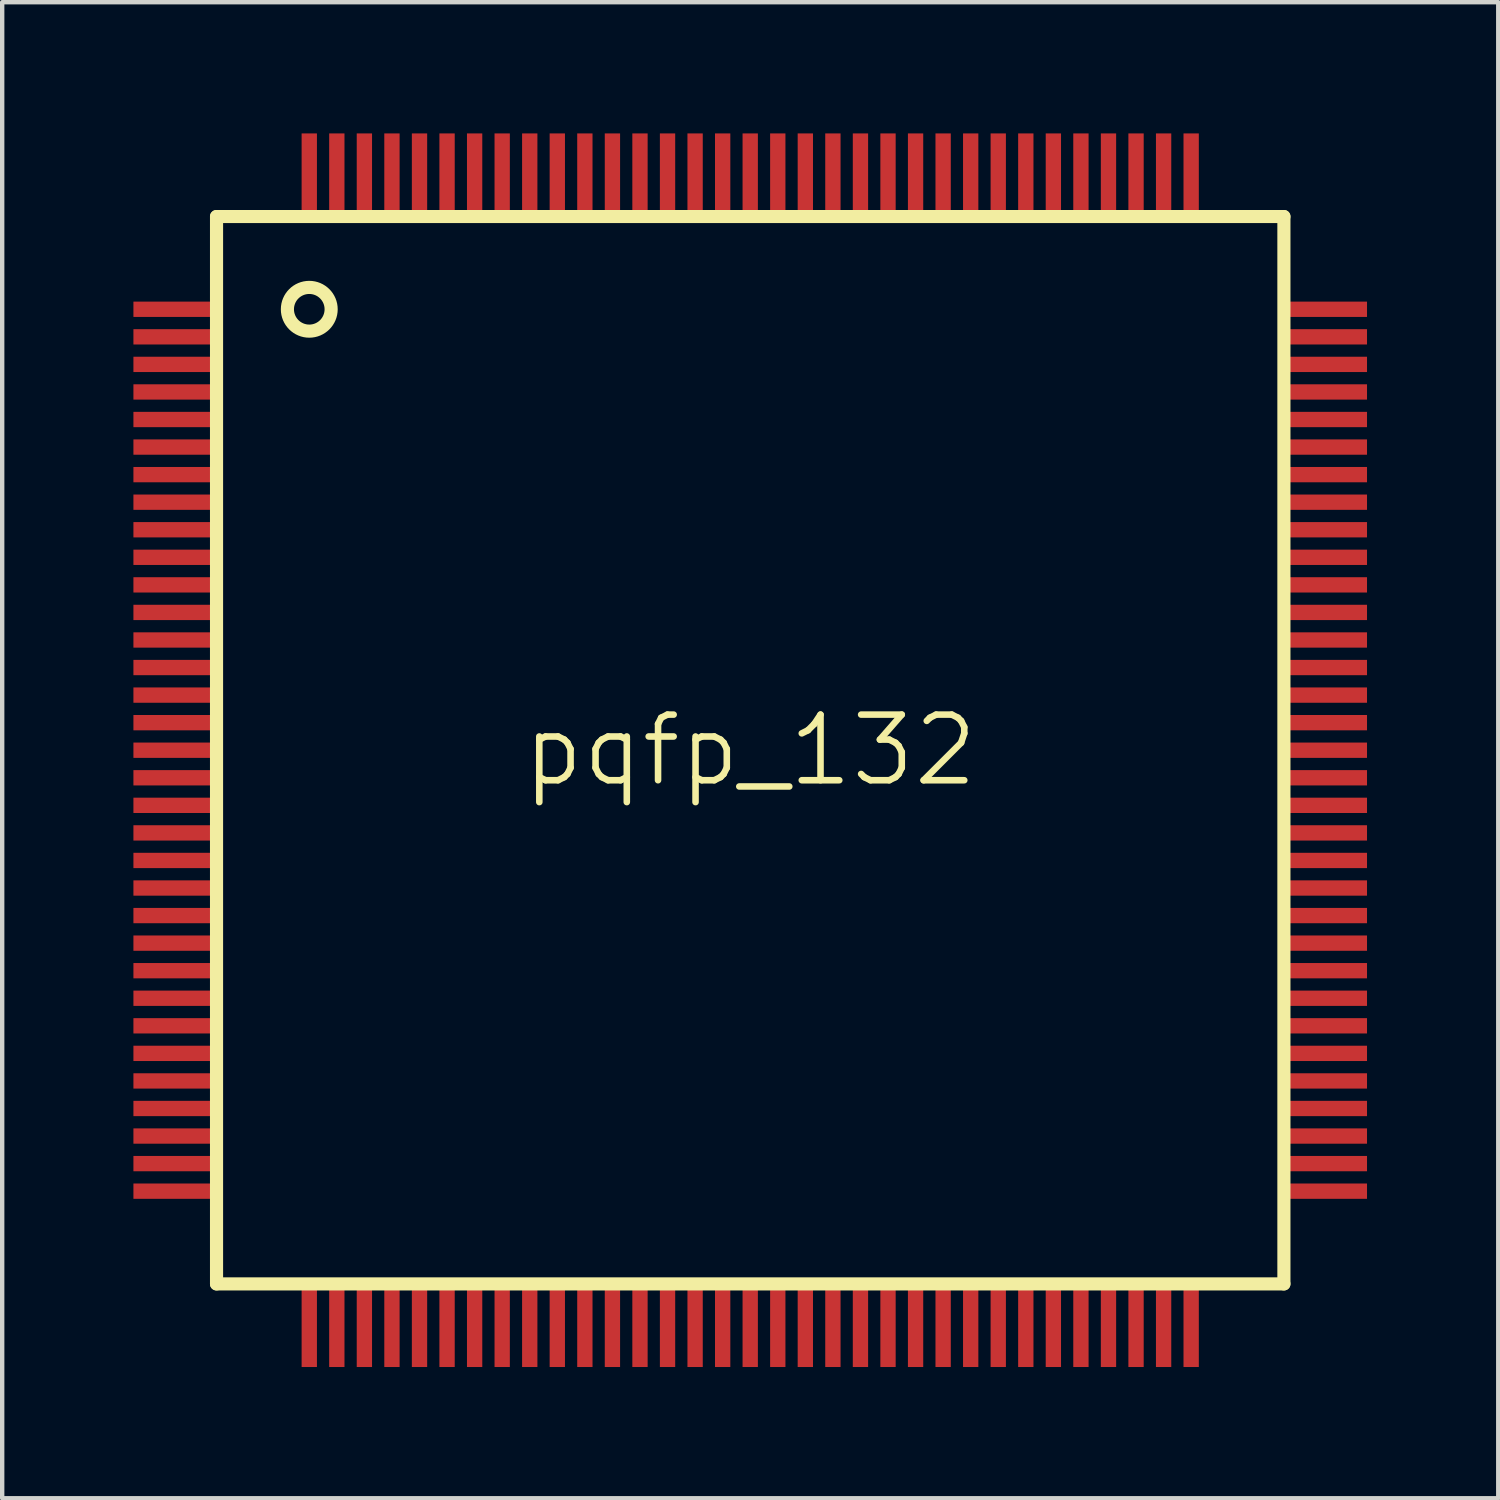
<source format=kicad_pcb>
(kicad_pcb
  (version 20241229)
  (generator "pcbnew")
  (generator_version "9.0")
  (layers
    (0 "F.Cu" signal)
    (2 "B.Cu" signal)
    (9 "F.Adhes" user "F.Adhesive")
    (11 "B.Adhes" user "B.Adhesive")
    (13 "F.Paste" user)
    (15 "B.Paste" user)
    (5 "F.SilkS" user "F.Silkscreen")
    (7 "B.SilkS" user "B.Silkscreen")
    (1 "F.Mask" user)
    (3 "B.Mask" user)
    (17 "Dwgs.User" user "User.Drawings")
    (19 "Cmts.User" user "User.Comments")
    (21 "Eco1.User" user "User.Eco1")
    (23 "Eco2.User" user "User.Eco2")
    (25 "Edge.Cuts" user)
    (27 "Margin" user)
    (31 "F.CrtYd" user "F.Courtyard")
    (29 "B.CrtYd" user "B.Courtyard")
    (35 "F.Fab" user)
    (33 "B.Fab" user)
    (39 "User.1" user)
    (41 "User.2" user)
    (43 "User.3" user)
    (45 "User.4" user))
  (footprint "pqfp_132"
    (layer "F.Cu")
    (at 14.1 14.1)
    (property "Reference" "pqfp_132" (at 0 0 0) (layer "F.SilkS") (effects (font (size 1.5 1.5) (thickness 0.15))))
    (attr through_hole)
    (fp_line (start -12.2 -12.2) (end 12.2 -12.2) (stroke (width 0.3) (type solid)) (layer "F.SilkS"))
    (fp_line (start -12.2 12.2) (end -12.2 -12.2) (stroke (width 0.3) (type solid)) (layer "F.SilkS"))
    (fp_line (start 12.2 -12.2) (end 12.2 12.2) (stroke (width 0.3) (type solid)) (layer "F.SilkS"))
    (fp_line (start 12.2 12.2) (end -12.2 12.2) (stroke (width 0.3) (type solid)) (layer "F.SilkS"))
    (fp_circle (center -10.08 -10.08) (end -9.58 -10.08) (stroke (width 0.3) (type solid)) (fill no) (layer "F.SilkS"))
    (pad "1" smd rect (at -13.2 -10.08 90) (size 0.35 1.8) (layers "F.Cu" "F.Mask" "F.Paste"))
    (pad "2" smd rect (at -13.2 -9.45 90) (size 0.35 1.8) (layers "F.Cu" "F.Mask" "F.Paste"))
    (pad "3" smd rect (at -13.2 -8.82 90) (size 0.35 1.8) (layers "F.Cu" "F.Mask" "F.Paste"))
    (pad "4" smd rect (at -13.2 -8.19 90) (size 0.35 1.8) (layers "F.Cu" "F.Mask" "F.Paste"))
    (pad "5" smd rect (at -13.2 -7.56 90) (size 0.35 1.8) (layers "F.Cu" "F.Mask" "F.Paste"))
    (pad "6" smd rect (at -13.2 -6.93 90) (size 0.35 1.8) (layers "F.Cu" "F.Mask" "F.Paste"))
    (pad "7" smd rect (at -13.2 -6.3 90) (size 0.35 1.8) (layers "F.Cu" "F.Mask" "F.Paste"))
    (pad "8" smd rect (at -13.2 -5.67 90) (size 0.35 1.8) (layers "F.Cu" "F.Mask" "F.Paste"))
    (pad "9" smd rect (at -13.2 -5.04 90) (size 0.35 1.8) (layers "F.Cu" "F.Mask" "F.Paste"))
    (pad "10" smd rect (at -13.2 -4.41 90) (size 0.35 1.8) (layers "F.Cu" "F.Mask" "F.Paste"))
    (pad "11" smd rect (at -13.2 -3.78 90) (size 0.35 1.8) (layers "F.Cu" "F.Mask" "F.Paste"))
    (pad "12" smd rect (at -13.2 -3.15 90) (size 0.35 1.8) (layers "F.Cu" "F.Mask" "F.Paste"))
    (pad "13" smd rect (at -13.2 -2.52 90) (size 0.35 1.8) (layers "F.Cu" "F.Mask" "F.Paste"))
    (pad "14" smd rect (at -13.2 -1.89 90) (size 0.35 1.8) (layers "F.Cu" "F.Mask" "F.Paste"))
    (pad "15" smd rect (at -13.2 -1.26 90) (size 0.35 1.8) (layers "F.Cu" "F.Mask" "F.Paste"))
    (pad "16" smd rect (at -13.2 -0.63 90) (size 0.35 1.8) (layers "F.Cu" "F.Mask" "F.Paste"))
    (pad "17" smd rect (at -13.2 0 90) (size 0.35 1.8) (layers "F.Cu" "F.Mask" "F.Paste"))
    (pad "18" smd rect (at -13.2 0.63 90) (size 0.35 1.8) (layers "F.Cu" "F.Mask" "F.Paste"))
    (pad "19" smd rect (at -13.2 1.26 90) (size 0.35 1.8) (layers "F.Cu" "F.Mask" "F.Paste"))
    (pad "20" smd rect (at -13.2 1.89 90) (size 0.35 1.8) (layers "F.Cu" "F.Mask" "F.Paste"))
    (pad "21" smd rect (at -13.2 2.52 90) (size 0.35 1.8) (layers "F.Cu" "F.Mask" "F.Paste"))
    (pad "22" smd rect (at -13.2 3.15 90) (size 0.35 1.8) (layers "F.Cu" "F.Mask" "F.Paste"))
    (pad "23" smd rect (at -13.2 3.78 90) (size 0.35 1.8) (layers "F.Cu" "F.Mask" "F.Paste"))
    (pad "24" smd rect (at -13.2 4.41 90) (size 0.35 1.8) (layers "F.Cu" "F.Mask" "F.Paste"))
    (pad "25" smd rect (at -13.2 5.04 90) (size 0.35 1.8) (layers "F.Cu" "F.Mask" "F.Paste"))
    (pad "26" smd rect (at -13.2 5.67 90) (size 0.35 1.8) (layers "F.Cu" "F.Mask" "F.Paste"))
    (pad "27" smd rect (at -13.2 6.3 90) (size 0.35 1.8) (layers "F.Cu" "F.Mask" "F.Paste"))
    (pad "28" smd rect (at -13.2 6.93 90) (size 0.35 1.8) (layers "F.Cu" "F.Mask" "F.Paste"))
    (pad "29" smd rect (at -13.2 7.56 90) (size 0.35 1.8) (layers "F.Cu" "F.Mask" "F.Paste"))
    (pad "30" smd rect (at -13.2 8.19 90) (size 0.35 1.8) (layers "F.Cu" "F.Mask" "F.Paste"))
    (pad "31" smd rect (at -13.2 8.82 90) (size 0.35 1.8) (layers "F.Cu" "F.Mask" "F.Paste"))
    (pad "32" smd rect (at -13.2 9.45 90) (size 0.35 1.8) (layers "F.Cu" "F.Mask" "F.Paste"))
    (pad "33" smd rect (at -13.2 10.08 90) (size 0.35 1.8) (layers "F.Cu" "F.Mask" "F.Paste"))
    (pad "34" smd rect (at -10.08 13.2) (size 0.35 1.8) (layers "F.Cu" "F.Mask" "F.Paste"))
    (pad "35" smd rect (at -9.45 13.2) (size 0.35 1.8) (layers "F.Cu" "F.Mask" "F.Paste"))
    (pad "36" smd rect (at -8.82 13.2) (size 0.35 1.8) (layers "F.Cu" "F.Mask" "F.Paste"))
    (pad "37" smd rect (at -8.19 13.2) (size 0.35 1.8) (layers "F.Cu" "F.Mask" "F.Paste"))
    (pad "38" smd rect (at -7.56 13.2) (size 0.35 1.8) (layers "F.Cu" "F.Mask" "F.Paste"))
    (pad "39" smd rect (at -6.93 13.2) (size 0.35 1.8) (layers "F.Cu" "F.Mask" "F.Paste"))
    (pad "40" smd rect (at -6.3 13.2) (size 0.35 1.8) (layers "F.Cu" "F.Mask" "F.Paste"))
    (pad "41" smd rect (at -5.67 13.2) (size 0.35 1.8) (layers "F.Cu" "F.Mask" "F.Paste"))
    (pad "42" smd rect (at -5.04 13.2) (size 0.35 1.8) (layers "F.Cu" "F.Mask" "F.Paste"))
    (pad "43" smd rect (at -4.41 13.2) (size 0.35 1.8) (layers "F.Cu" "F.Mask" "F.Paste"))
    (pad "44" smd rect (at -3.78 13.2) (size 0.35 1.8) (layers "F.Cu" "F.Mask" "F.Paste"))
    (pad "45" smd rect (at -3.15 13.2) (size 0.35 1.8) (layers "F.Cu" "F.Mask" "F.Paste"))
    (pad "46" smd rect (at -2.52 13.2) (size 0.35 1.8) (layers "F.Cu" "F.Mask" "F.Paste"))
    (pad "47" smd rect (at -1.89 13.2) (size 0.35 1.8) (layers "F.Cu" "F.Mask" "F.Paste"))
    (pad "48" smd rect (at -1.26 13.2) (size 0.35 1.8) (layers "F.Cu" "F.Mask" "F.Paste"))
    (pad "49" smd rect (at -0.63 13.2) (size 0.35 1.8) (layers "F.Cu" "F.Mask" "F.Paste"))
    (pad "50" smd rect (at 0 13.2) (size 0.35 1.8) (layers "F.Cu" "F.Mask" "F.Paste"))
    (pad "51" smd rect (at 0.63 13.2) (size 0.35 1.8) (layers "F.Cu" "F.Mask" "F.Paste"))
    (pad "52" smd rect (at 1.26 13.2) (size 0.35 1.8) (layers "F.Cu" "F.Mask" "F.Paste"))
    (pad "53" smd rect (at 1.89 13.2) (size 0.35 1.8) (layers "F.Cu" "F.Mask" "F.Paste"))
    (pad "54" smd rect (at 2.52 13.2) (size 0.35 1.8) (layers "F.Cu" "F.Mask" "F.Paste"))
    (pad "55" smd rect (at 3.15 13.2) (size 0.35 1.8) (layers "F.Cu" "F.Mask" "F.Paste"))
    (pad "56" smd rect (at 3.78 13.2) (size 0.35 1.8) (layers "F.Cu" "F.Mask" "F.Paste"))
    (pad "57" smd rect (at 4.41 13.2) (size 0.35 1.8) (layers "F.Cu" "F.Mask" "F.Paste"))
    (pad "58" smd rect (at 5.04 13.2) (size 0.35 1.8) (layers "F.Cu" "F.Mask" "F.Paste"))
    (pad "59" smd rect (at 5.67 13.2) (size 0.35 1.8) (layers "F.Cu" "F.Mask" "F.Paste"))
    (pad "60" smd rect (at 6.3 13.2) (size 0.35 1.8) (layers "F.Cu" "F.Mask" "F.Paste"))
    (pad "61" smd rect (at 6.93 13.2) (size 0.35 1.8) (layers "F.Cu" "F.Mask" "F.Paste"))
    (pad "62" smd rect (at 7.56 13.2) (size 0.35 1.8) (layers "F.Cu" "F.Mask" "F.Paste"))
    (pad "63" smd rect (at 8.19 13.2) (size 0.35 1.8) (layers "F.Cu" "F.Mask" "F.Paste"))
    (pad "64" smd rect (at 8.82 13.2) (size 0.35 1.8) (layers "F.Cu" "F.Mask" "F.Paste"))
    (pad "65" smd rect (at 9.45 13.2) (size 0.35 1.8) (layers "F.Cu" "F.Mask" "F.Paste"))
    (pad "66" smd rect (at 10.08 13.2) (size 0.35 1.8) (layers "F.Cu" "F.Mask" "F.Paste"))
    (pad "67" smd rect (at 13.2 10.08 90) (size 0.35 1.8) (layers "F.Cu" "F.Mask" "F.Paste"))
    (pad "68" smd rect (at 13.2 9.45 90) (size 0.35 1.8) (layers "F.Cu" "F.Mask" "F.Paste"))
    (pad "69" smd rect (at 13.2 8.82 90) (size 0.35 1.8) (layers "F.Cu" "F.Mask" "F.Paste"))
    (pad "70" smd rect (at 13.2 8.19 90) (size 0.35 1.8) (layers "F.Cu" "F.Mask" "F.Paste"))
    (pad "71" smd rect (at 13.2 7.56 90) (size 0.35 1.8) (layers "F.Cu" "F.Mask" "F.Paste"))
    (pad "72" smd rect (at 13.2 6.93 90) (size 0.35 1.8) (layers "F.Cu" "F.Mask" "F.Paste"))
    (pad "73" smd rect (at 13.2 6.3 90) (size 0.35 1.8) (layers "F.Cu" "F.Mask" "F.Paste"))
    (pad "74" smd rect (at 13.2 5.67 90) (size 0.35 1.8) (layers "F.Cu" "F.Mask" "F.Paste"))
    (pad "75" smd rect (at 13.2 5.04 90) (size 0.35 1.8) (layers "F.Cu" "F.Mask" "F.Paste"))
    (pad "76" smd rect (at 13.2 4.41 90) (size 0.35 1.8) (layers "F.Cu" "F.Mask" "F.Paste"))
    (pad "77" smd rect (at 13.2 3.78 90) (size 0.35 1.8) (layers "F.Cu" "F.Mask" "F.Paste"))
    (pad "78" smd rect (at 13.2 3.15 90) (size 0.35 1.8) (layers "F.Cu" "F.Mask" "F.Paste"))
    (pad "79" smd rect (at 13.2 2.52 90) (size 0.35 1.8) (layers "F.Cu" "F.Mask" "F.Paste"))
    (pad "80" smd rect (at 13.2 1.89 90) (size 0.35 1.8) (layers "F.Cu" "F.Mask" "F.Paste"))
    (pad "81" smd rect (at 13.2 1.26 90) (size 0.35 1.8) (layers "F.Cu" "F.Mask" "F.Paste"))
    (pad "82" smd rect (at 13.2 0.63 90) (size 0.35 1.8) (layers "F.Cu" "F.Mask" "F.Paste"))
    (pad "83" smd rect (at 13.2 0 90) (size 0.35 1.8) (layers "F.Cu" "F.Mask" "F.Paste"))
    (pad "84" smd rect (at 13.2 -0.63 90) (size 0.35 1.8) (layers "F.Cu" "F.Mask" "F.Paste"))
    (pad "85" smd rect (at 13.2 -1.26 90) (size 0.35 1.8) (layers "F.Cu" "F.Mask" "F.Paste"))
    (pad "86" smd rect (at 13.2 -1.89 90) (size 0.35 1.8) (layers "F.Cu" "F.Mask" "F.Paste"))
    (pad "87" smd rect (at 13.2 -2.52 90) (size 0.35 1.8) (layers "F.Cu" "F.Mask" "F.Paste"))
    (pad "88" smd rect (at 13.2 -3.15 90) (size 0.35 1.8) (layers "F.Cu" "F.Mask" "F.Paste"))
    (pad "89" smd rect (at 13.2 -3.78 90) (size 0.35 1.8) (layers "F.Cu" "F.Mask" "F.Paste"))
    (pad "90" smd rect (at 13.2 -4.41 90) (size 0.35 1.8) (layers "F.Cu" "F.Mask" "F.Paste"))
    (pad "91" smd rect (at 13.2 -5.04 90) (size 0.35 1.8) (layers "F.Cu" "F.Mask" "F.Paste"))
    (pad "92" smd rect (at 13.2 -5.67 90) (size 0.35 1.8) (layers "F.Cu" "F.Mask" "F.Paste"))
    (pad "93" smd rect (at 13.2 -6.3 90) (size 0.35 1.8) (layers "F.Cu" "F.Mask" "F.Paste"))
    (pad "94" smd rect (at 13.2 -6.93 90) (size 0.35 1.8) (layers "F.Cu" "F.Mask" "F.Paste"))
    (pad "95" smd rect (at 13.2 -7.56 90) (size 0.35 1.8) (layers "F.Cu" "F.Mask" "F.Paste"))
    (pad "96" smd rect (at 13.2 -8.19 90) (size 0.35 1.8) (layers "F.Cu" "F.Mask" "F.Paste"))
    (pad "97" smd rect (at 13.2 -8.82 90) (size 0.35 1.8) (layers "F.Cu" "F.Mask" "F.Paste"))
    (pad "98" smd rect (at 13.2 -9.45 90) (size 0.35 1.8) (layers "F.Cu" "F.Mask" "F.Paste"))
    (pad "99" smd rect (at 13.2 -10.08 90) (size 0.35 1.8) (layers "F.Cu" "F.Mask" "F.Paste"))
    (pad "100" smd rect (at 10.08 -13.2) (size 0.35 1.8) (layers "F.Cu" "F.Mask" "F.Paste"))
    (pad "101" smd rect (at 9.45 -13.2) (size 0.35 1.8) (layers "F.Cu" "F.Mask" "F.Paste"))
    (pad "102" smd rect (at 8.82 -13.2) (size 0.35 1.8) (layers "F.Cu" "F.Mask" "F.Paste"))
    (pad "103" smd rect (at 8.19 -13.2) (size 0.35 1.8) (layers "F.Cu" "F.Mask" "F.Paste"))
    (pad "104" smd rect (at 7.56 -13.2) (size 0.35 1.8) (layers "F.Cu" "F.Mask" "F.Paste"))
    (pad "105" smd rect (at 6.93 -13.2) (size 0.35 1.8) (layers "F.Cu" "F.Mask" "F.Paste"))
    (pad "106" smd rect (at 6.3 -13.2) (size 0.35 1.8) (layers "F.Cu" "F.Mask" "F.Paste"))
    (pad "107" smd rect (at 5.67 -13.2) (size 0.35 1.8) (layers "F.Cu" "F.Mask" "F.Paste"))
    (pad "108" smd rect (at 5.04 -13.2) (size 0.35 1.8) (layers "F.Cu" "F.Mask" "F.Paste"))
    (pad "109" smd rect (at 4.41 -13.2) (size 0.35 1.8) (layers "F.Cu" "F.Mask" "F.Paste"))
    (pad "110" smd rect (at 3.78 -13.2) (size 0.35 1.8) (layers "F.Cu" "F.Mask" "F.Paste"))
    (pad "111" smd rect (at 3.15 -13.2) (size 0.35 1.8) (layers "F.Cu" "F.Mask" "F.Paste"))
    (pad "112" smd rect (at 2.52 -13.2) (size 0.35 1.8) (layers "F.Cu" "F.Mask" "F.Paste"))
    (pad "113" smd rect (at 1.89 -13.2) (size 0.35 1.8) (layers "F.Cu" "F.Mask" "F.Paste"))
    (pad "114" smd rect (at 1.26 -13.2) (size 0.35 1.8) (layers "F.Cu" "F.Mask" "F.Paste"))
    (pad "115" smd rect (at 0.63 -13.2) (size 0.35 1.8) (layers "F.Cu" "F.Mask" "F.Paste"))
    (pad "116" smd rect (at 0 -13.2) (size 0.35 1.8) (layers "F.Cu" "F.Mask" "F.Paste"))
    (pad "117" smd rect (at -0.63 -13.2) (size 0.35 1.8) (layers "F.Cu" "F.Mask" "F.Paste"))
    (pad "118" smd rect (at -1.26 -13.2) (size 0.35 1.8) (layers "F.Cu" "F.Mask" "F.Paste"))
    (pad "119" smd rect (at -1.89 -13.2) (size 0.35 1.8) (layers "F.Cu" "F.Mask" "F.Paste"))
    (pad "120" smd rect (at -2.52 -13.2) (size 0.35 1.8) (layers "F.Cu" "F.Mask" "F.Paste"))
    (pad "121" smd rect (at -3.15 -13.2) (size 0.35 1.8) (layers "F.Cu" "F.Mask" "F.Paste"))
    (pad "122" smd rect (at -3.78 -13.2) (size 0.35 1.8) (layers "F.Cu" "F.Mask" "F.Paste"))
    (pad "123" smd rect (at -4.41 -13.2) (size 0.35 1.8) (layers "F.Cu" "F.Mask" "F.Paste"))
    (pad "124" smd rect (at -5.04 -13.2) (size 0.35 1.8) (layers "F.Cu" "F.Mask" "F.Paste"))
    (pad "125" smd rect (at -5.67 -13.2) (size 0.35 1.8) (layers "F.Cu" "F.Mask" "F.Paste"))
    (pad "126" smd rect (at -6.3 -13.2) (size 0.35 1.8) (layers "F.Cu" "F.Mask" "F.Paste"))
    (pad "127" smd rect (at -6.93 -13.2) (size 0.35 1.8) (layers "F.Cu" "F.Mask" "F.Paste"))
    (pad "128" smd rect (at -7.56 -13.2) (size 0.35 1.8) (layers "F.Cu" "F.Mask" "F.Paste"))
    (pad "129" smd rect (at -8.19 -13.2) (size 0.35 1.8) (layers "F.Cu" "F.Mask" "F.Paste"))
    (pad "130" smd rect (at -8.82 -13.2) (size 0.35 1.8) (layers "F.Cu" "F.Mask" "F.Paste"))
    (pad "131" smd rect (at -9.45 -13.2) (size 0.35 1.8) (layers "F.Cu" "F.Mask" "F.Paste"))
    (pad "132" smd rect (at -10.08 -13.2) (size 0.35 1.8) (layers "F.Cu" "F.Mask" "F.Paste")))
  (gr_rect
    (start -3 -3)
    (end 31.2 31.2)
    (stroke (width 0.1) (type default))
    (fill no)
    (layer "Edge.Cuts")))
</source>
